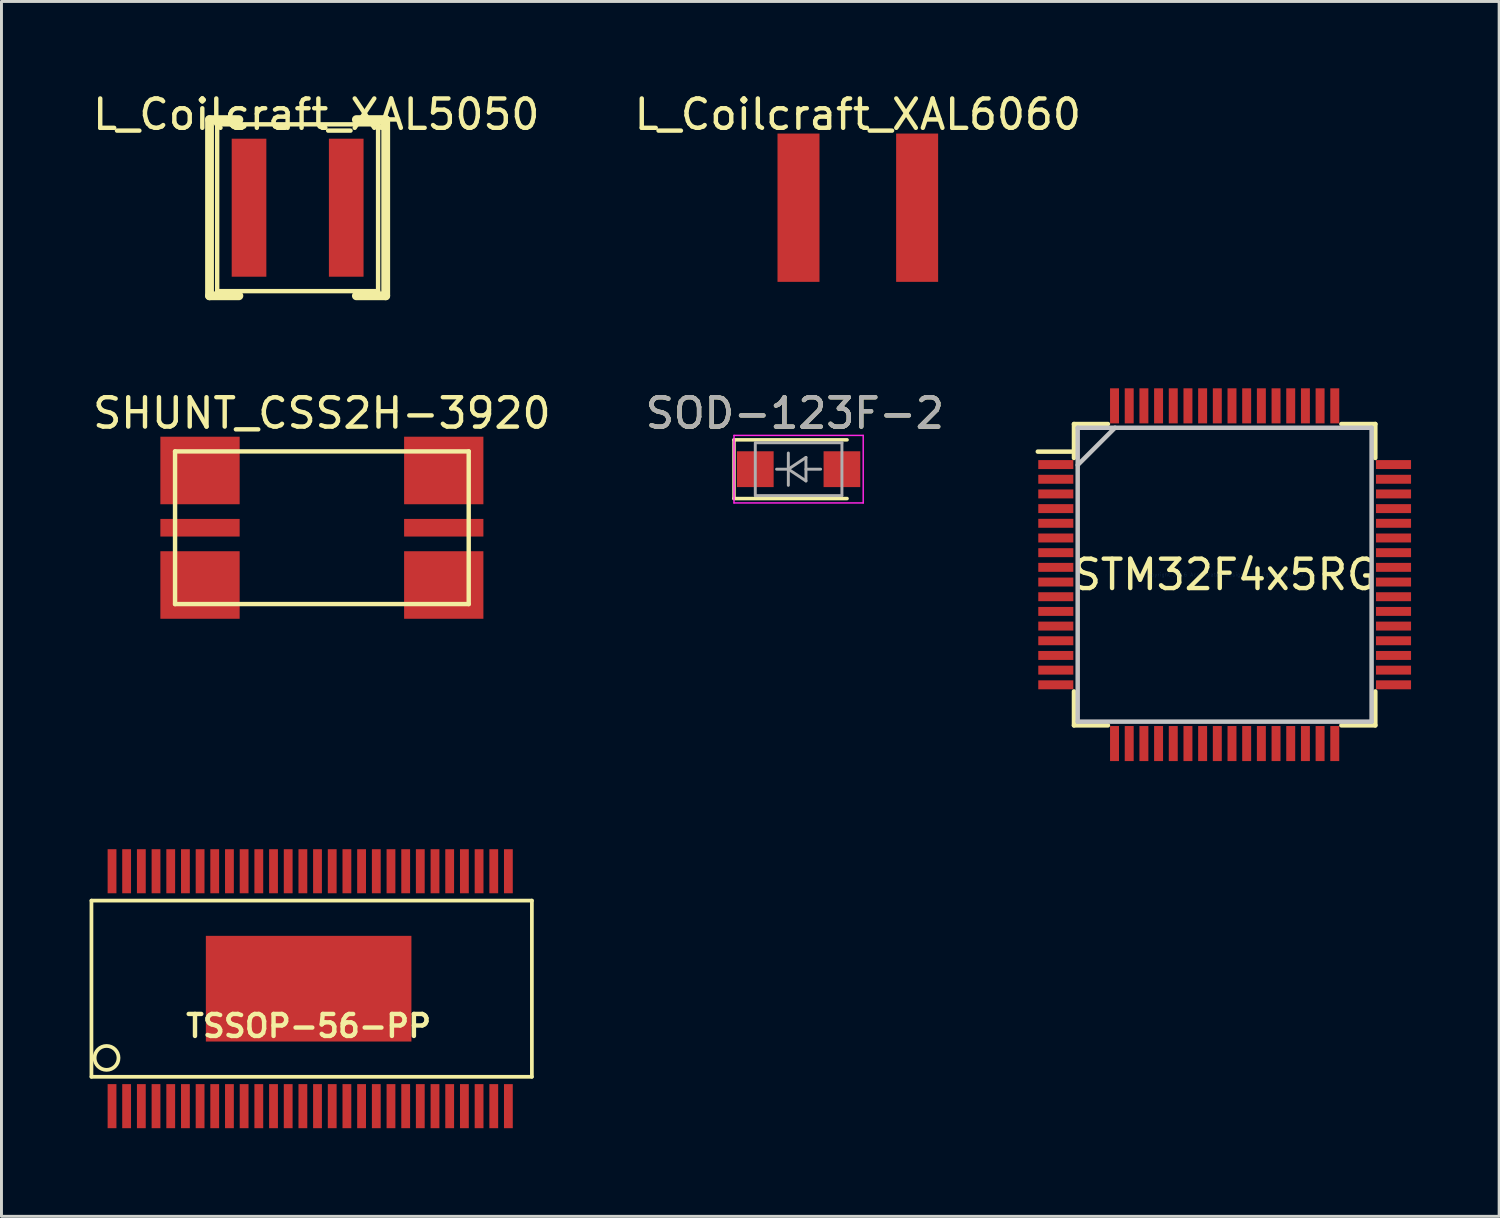
<source format=kicad_pcb>
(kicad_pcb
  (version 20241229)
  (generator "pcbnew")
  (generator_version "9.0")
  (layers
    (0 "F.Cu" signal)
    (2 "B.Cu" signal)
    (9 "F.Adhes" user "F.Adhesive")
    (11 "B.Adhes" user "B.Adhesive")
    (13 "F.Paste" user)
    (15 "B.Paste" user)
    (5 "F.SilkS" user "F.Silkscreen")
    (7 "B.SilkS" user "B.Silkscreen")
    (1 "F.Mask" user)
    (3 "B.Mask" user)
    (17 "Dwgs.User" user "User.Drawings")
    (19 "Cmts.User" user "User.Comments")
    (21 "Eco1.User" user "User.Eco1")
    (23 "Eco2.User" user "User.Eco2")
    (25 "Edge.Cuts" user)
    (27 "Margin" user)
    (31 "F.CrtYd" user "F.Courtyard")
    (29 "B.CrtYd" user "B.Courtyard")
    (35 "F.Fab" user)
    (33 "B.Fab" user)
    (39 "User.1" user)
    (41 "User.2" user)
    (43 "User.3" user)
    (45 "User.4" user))
  (footprint "TSSOP-56-PP"
    (layer "F.Cu")
    (at 7.46 30.618)
    (property "Reference" "TSSOP-56-PP" (at 0 1.27 0) (layer "F.SilkS") (effects (font (size 0.749 0.749) (thickness 0.15))))
    (attr smd)
    (fp_line (start -7.396 3) (end -7.396 -3) (stroke (width 0.127) (type solid)) (layer "F.SilkS"))
    (fp_line (start -7.396 3) (end 7.602 3) (stroke (width 0.127) (type solid)) (layer "F.SilkS"))
    (fp_line (start 7.602 -3) (end -7.396 -3) (stroke (width 0.127) (type solid)) (layer "F.SilkS"))
    (fp_line (start 7.602 -3) (end 7.602 3) (stroke (width 0.127) (type solid)) (layer "F.SilkS"))
    (fp_circle (center -6.881 2.357) (end -7.135 2.675) (stroke (width 0.127) (type solid)) (fill no) (layer "F.SilkS"))
    (pad "1" smd rect (at -6.695 4) (size 0.3 1.501) (layers "F.Cu" "F.Mask" "F.Paste"))
    (pad "2" smd rect (at -6.198 4) (size 0.3 1.501) (layers "F.Cu" "F.Mask" "F.Paste"))
    (pad "3" smd rect (at -5.697 4) (size 0.3 1.501) (layers "F.Cu" "F.Mask" "F.Paste"))
    (pad "4" smd rect (at -5.197 4) (size 0.3 1.501) (layers "F.Cu" "F.Mask" "F.Paste"))
    (pad "5" smd rect (at -4.696 4) (size 0.3 1.501) (layers "F.Cu" "F.Mask" "F.Paste"))
    (pad "6" smd rect (at -4.196 4) (size 0.3 1.501) (layers "F.Cu" "F.Mask" "F.Paste"))
    (pad "7" smd rect (at -3.696 4) (size 0.3 1.501) (layers "F.Cu" "F.Mask" "F.Paste"))
    (pad "8" smd rect (at -3.198 4) (size 0.3 1.501) (layers "F.Cu" "F.Mask" "F.Paste"))
    (pad "9" smd rect (at -2.697 4) (size 0.3 1.501) (layers "F.Cu" "F.Mask" "F.Paste"))
    (pad "10" smd rect (at -2.197 4) (size 0.3 1.501) (layers "F.Cu" "F.Mask" "F.Paste"))
    (pad "11" smd rect (at -1.697 4) (size 0.3 1.501) (layers "F.Cu" "F.Mask" "F.Paste"))
    (pad "12" smd rect (at -1.196 4) (size 0.3 1.501) (layers "F.Cu" "F.Mask" "F.Paste"))
    (pad "13" smd rect (at -0.696 4) (size 0.3 1.501) (layers "F.Cu" "F.Mask" "F.Paste"))
    (pad "14" smd rect (at -0.196 4) (size 0.3 1.501) (layers "F.Cu" "F.Mask" "F.Paste"))
    (pad "15" smd rect (at 0.302 4) (size 0.3 1.501) (layers "F.Cu" "F.Mask" "F.Paste"))
    (pad "16" smd rect (at 0.803 4) (size 0.3 1.501) (layers "F.Cu" "F.Mask" "F.Paste"))
    (pad "17" smd rect (at 1.303 4) (size 0.3 1.501) (layers "F.Cu" "F.Mask" "F.Paste"))
    (pad "18" smd rect (at 1.803 4) (size 0.3 1.501) (layers "F.Cu" "F.Mask" "F.Paste"))
    (pad "19" smd rect (at 2.304 4) (size 0.3 1.501) (layers "F.Cu" "F.Mask" "F.Paste"))
    (pad "20" smd rect (at 2.804 4) (size 0.3 1.501) (layers "F.Cu" "F.Mask" "F.Paste"))
    (pad "21" smd rect (at 3.305 4) (size 0.3 1.501) (layers "F.Cu" "F.Mask" "F.Paste"))
    (pad "22" smd rect (at 3.802 4) (size 0.3 1.501) (layers "F.Cu" "F.Mask" "F.Paste"))
    (pad "23" smd rect (at 4.303 4) (size 0.3 1.501) (layers "F.Cu" "F.Mask" "F.Paste"))
    (pad "24" smd rect (at 4.803 4) (size 0.3 1.501) (layers "F.Cu" "F.Mask" "F.Paste"))
    (pad "25" smd rect (at 5.304 4) (size 0.3 1.501) (layers "F.Cu" "F.Mask" "F.Paste"))
    (pad "26" smd rect (at 5.804 4) (size 0.3 1.501) (layers "F.Cu" "F.Mask" "F.Paste"))
    (pad "27" smd rect (at 6.304 4) (size 0.3 1.501) (layers "F.Cu" "F.Mask" "F.Paste"))
    (pad "28" smd rect (at 6.802 4) (size 0.3 1.501) (layers "F.Cu" "F.Mask" "F.Paste"))
    (pad "29" smd rect (at 6.802 -4) (size 0.3 1.501) (layers "F.Cu" "F.Mask" "F.Paste"))
    (pad "30" smd rect (at 6.304 -4) (size 0.3 1.501) (layers "F.Cu" "F.Mask" "F.Paste"))
    (pad "31" smd rect (at 5.804 -4) (size 0.3 1.501) (layers "F.Cu" "F.Mask" "F.Paste"))
    (pad "32" smd rect (at 5.304 -4) (size 0.3 1.501) (layers "F.Cu" "F.Mask" "F.Paste"))
    (pad "33" smd rect (at 4.803 -4) (size 0.3 1.501) (layers "F.Cu" "F.Mask" "F.Paste"))
    (pad "34" smd rect (at 4.303 -4) (size 0.3 1.501) (layers "F.Cu" "F.Mask" "F.Paste"))
    (pad "35" smd rect (at 3.802 -4) (size 0.3 1.501) (layers "F.Cu" "F.Mask" "F.Paste"))
    (pad "36" smd rect (at 3.305 -4) (size 0.3 1.501) (layers "F.Cu" "F.Mask" "F.Paste"))
    (pad "37" smd rect (at 2.804 -4) (size 0.3 1.501) (layers "F.Cu" "F.Mask" "F.Paste"))
    (pad "38" smd rect (at 2.304 -4) (size 0.3 1.501) (layers "F.Cu" "F.Mask" "F.Paste"))
    (pad "39" smd rect (at 1.803 -4) (size 0.3 1.501) (layers "F.Cu" "F.Mask" "F.Paste"))
    (pad "40" smd rect (at 1.303 -4) (size 0.3 1.501) (layers "F.Cu" "F.Mask" "F.Paste"))
    (pad "41" smd rect (at 0.803 -4) (size 0.3 1.501) (layers "F.Cu" "F.Mask" "F.Paste"))
    (pad "42" smd rect (at 0.302 -4) (size 0.3 1.501) (layers "F.Cu" "F.Mask" "F.Paste"))
    (pad "43" smd rect (at -0.196 -4) (size 0.3 1.501) (layers "F.Cu" "F.Mask" "F.Paste"))
    (pad "44" smd rect (at -0.696 -4) (size 0.3 1.501) (layers "F.Cu" "F.Mask" "F.Paste"))
    (pad "45" smd rect (at -1.196 -4) (size 0.3 1.501) (layers "F.Cu" "F.Mask" "F.Paste"))
    (pad "46" smd rect (at -1.697 -4) (size 0.3 1.501) (layers "F.Cu" "F.Mask" "F.Paste"))
    (pad "47" smd rect (at -2.197 -4) (size 0.3 1.501) (layers "F.Cu" "F.Mask" "F.Paste"))
    (pad "48" smd rect (at -2.697 -4) (size 0.3 1.501) (layers "F.Cu" "F.Mask" "F.Paste"))
    (pad "49" smd rect (at -3.198 -4) (size 0.3 1.501) (layers "F.Cu" "F.Mask" "F.Paste"))
    (pad "50" smd rect (at -3.696 -4) (size 0.3 1.501) (layers "F.Cu" "F.Mask" "F.Paste"))
    (pad "51" smd rect (at -4.196 -4) (size 0.3 1.501) (layers "F.Cu" "F.Mask" "F.Paste"))
    (pad "52" smd rect (at -4.696 -4) (size 0.3 1.501) (layers "F.Cu" "F.Mask" "F.Paste"))
    (pad "53" smd rect (at -5.197 -4) (size 0.3 1.501) (layers "F.Cu" "F.Mask" "F.Paste"))
    (pad "54" smd rect (at -5.697 -4) (size 0.3 1.501) (layers "F.Cu" "F.Mask" "F.Paste"))
    (pad "55" smd rect (at -6.198 -4) (size 0.3 1.501) (layers "F.Cu" "F.Mask" "F.Paste"))
    (pad "56" smd rect (at -6.695 -4) (size 0.3 1.501) (layers "F.Cu" "F.Mask" "F.Paste"))
    (pad "57" smd rect (at 0 0) (size 7 3.599) (layers "F.Cu" "F.Mask" "F.Paste")))
  (footprint "SHUNT_CSS2H-3920"
    (layer "F.Cu")
    (at 7.911 14.921)
    (property "Reference" "SHUNT_CSS2H-3920" (at 0 -3.9 0) (layer "F.SilkS") (effects (font (size 1 1) (thickness 0.15))))
    (attr through_hole)
    (fp_line (start -5 -2.6) (end 5 -2.6) (stroke (width 0.15) (type solid)) (layer "F.SilkS"))
    (fp_line (start -5 2.6) (end -5 -2.6) (stroke (width 0.15) (type solid)) (layer "F.SilkS"))
    (fp_line (start 5 -2.6) (end 5 2.6) (stroke (width 0.15) (type solid)) (layer "F.SilkS"))
    (fp_line (start 5 2.6) (end -5 2.6) (stroke (width 0.15) (type solid)) (layer "F.SilkS"))
    (pad "1" smd rect (at -4.15 -1.95) (size 2.7 2.3) (layers "F.Cu" "F.Mask" "F.Paste"))
    (pad "1" smd rect (at -4.15 1.95) (size 2.7 2.3) (layers "F.Cu" "F.Mask" "F.Paste"))
    (pad "2" smd rect (at 4.15 -1.95) (size 2.7 2.3) (layers "F.Cu" "F.Mask" "F.Paste"))
    (pad "2" smd rect (at 4.15 1.95) (size 2.7 2.3) (layers "F.Cu" "F.Mask" "F.Paste"))
    (pad "3" smd rect (at -4.15 0) (size 2.7 0.6) (layers "F.Cu" "F.Mask" "F.Paste"))
    (pad "4" smd rect (at 4.15 0) (size 2.7 0.6) (layers "F.Cu" "F.Mask" "F.Paste")))
  (footprint "STM32F4x5RG"
    (layer "F.Cu")
    (at 38.653 16.52)
    (property "Reference" "STM32F4x5RG" (at 0 0 0) (layer "F.SilkS") (effects (font (size 1 1) (thickness 0.15))))
    (attr smd)
    (fp_line (start -5.207 -4.191) (end -6.363 -4.191) (stroke (width 0.152) (type solid)) (layer "F.SilkS"))
    (fp_line (start -5.131 -5.131) (end -5.131 -3.975) (stroke (width 0.152) (type solid)) (layer "F.SilkS"))
    (fp_line (start -5.131 3.975) (end -5.131 5.131) (stroke (width 0.152) (type solid)) (layer "F.SilkS"))
    (fp_line (start -5.131 5.131) (end -3.975 5.131) (stroke (width 0.152) (type solid)) (layer "F.SilkS"))
    (fp_line (start -3.975 -5.131) (end -5.131 -5.131) (stroke (width 0.152) (type solid)) (layer "F.SilkS"))
    (fp_line (start 3.975 5.131) (end 5.131 5.131) (stroke (width 0.152) (type solid)) (layer "F.SilkS"))
    (fp_line (start 5.131 -5.131) (end 3.975 -5.131) (stroke (width 0.152) (type solid)) (layer "F.SilkS"))
    (fp_line (start 5.131 -3.975) (end 5.131 -5.131) (stroke (width 0.152) (type solid)) (layer "F.SilkS"))
    (fp_line (start 5.131 5.131) (end 5.131 3.975) (stroke (width 0.152) (type solid)) (layer "F.SilkS"))
    (fp_line (start -5.004 -5.004) (end -5.004 5.004) (stroke (width 0.152) (type solid)) (layer "Dwgs.User"))
    (fp_line (start -5.004 -3.734) (end -3.734 -5.004) (stroke (width 0.152) (type solid)) (layer "Dwgs.User"))
    (fp_line (start -5.004 5.004) (end 5.004 5.004) (stroke (width 0.152) (type solid)) (layer "Dwgs.User"))
    (fp_line (start 5.004 -5.004) (end -5.004 -5.004) (stroke (width 0.152) (type solid)) (layer "Dwgs.User"))
    (fp_line (start 5.004 5.004) (end 5.004 -5.004) (stroke (width 0.152) (type solid)) (layer "Dwgs.User"))
    (fp_text user "Copyright 2016 Accelerated Designs. All rights reserved." (at 0 0 0) (layer "Cmts.User") (effects (font (size 0.127 0.127) (thickness 0.002))))
    (pad "1" smd rect (at -5.75 -3.75) (size 1.194 0.305) (layers "F.Cu" "F.Mask" "F.Paste"))
    (pad "2" smd rect (at -5.75 -3.25) (size 1.194 0.305) (layers "F.Cu" "F.Mask" "F.Paste"))
    (pad "3" smd rect (at -5.75 -2.75) (size 1.194 0.305) (layers "F.Cu" "F.Mask" "F.Paste"))
    (pad "4" smd rect (at -5.75 -2.25) (size 1.194 0.305) (layers "F.Cu" "F.Mask" "F.Paste"))
    (pad "5" smd rect (at -5.75 -1.75) (size 1.194 0.305) (layers "F.Cu" "F.Mask" "F.Paste"))
    (pad "6" smd rect (at -5.75 -1.25) (size 1.194 0.305) (layers "F.Cu" "F.Mask" "F.Paste"))
    (pad "7" smd rect (at -5.75 -0.75) (size 1.194 0.305) (layers "F.Cu" "F.Mask" "F.Paste"))
    (pad "8" smd rect (at -5.75 -0.25) (size 1.194 0.305) (layers "F.Cu" "F.Mask" "F.Paste"))
    (pad "9" smd rect (at -5.75 0.25) (size 1.194 0.305) (layers "F.Cu" "F.Mask" "F.Paste"))
    (pad "10" smd rect (at -5.75 0.75) (size 1.194 0.305) (layers "F.Cu" "F.Mask" "F.Paste"))
    (pad "11" smd rect (at -5.75 1.25) (size 1.194 0.305) (layers "F.Cu" "F.Mask" "F.Paste"))
    (pad "12" smd rect (at -5.75 1.75) (size 1.194 0.305) (layers "F.Cu" "F.Mask" "F.Paste"))
    (pad "13" smd rect (at -5.75 2.25) (size 1.194 0.305) (layers "F.Cu" "F.Mask" "F.Paste"))
    (pad "14" smd rect (at -5.75 2.75) (size 1.194 0.305) (layers "F.Cu" "F.Mask" "F.Paste"))
    (pad "15" smd rect (at -5.75 3.25) (size 1.194 0.305) (layers "F.Cu" "F.Mask" "F.Paste"))
    (pad "16" smd rect (at -5.75 3.75) (size 1.194 0.305) (layers "F.Cu" "F.Mask" "F.Paste"))
    (pad "17" smd rect (at -3.75 5.75 90) (size 1.194 0.305) (layers "F.Cu" "F.Mask" "F.Paste"))
    (pad "18" smd rect (at -3.25 5.75 90) (size 1.194 0.305) (layers "F.Cu" "F.Mask" "F.Paste"))
    (pad "19" smd rect (at -2.75 5.75 90) (size 1.194 0.305) (layers "F.Cu" "F.Mask" "F.Paste"))
    (pad "20" smd rect (at -2.25 5.75 90) (size 1.194 0.305) (layers "F.Cu" "F.Mask" "F.Paste"))
    (pad "21" smd rect (at -1.75 5.75 90) (size 1.194 0.305) (layers "F.Cu" "F.Mask" "F.Paste"))
    (pad "22" smd rect (at -1.25 5.75 90) (size 1.194 0.305) (layers "F.Cu" "F.Mask" "F.Paste"))
    (pad "23" smd rect (at -0.75 5.75 90) (size 1.194 0.305) (layers "F.Cu" "F.Mask" "F.Paste"))
    (pad "24" smd rect (at -0.25 5.75 90) (size 1.194 0.305) (layers "F.Cu" "F.Mask" "F.Paste"))
    (pad "25" smd rect (at 0.25 5.75 90) (size 1.194 0.305) (layers "F.Cu" "F.Mask" "F.Paste"))
    (pad "26" smd rect (at 0.75 5.75 90) (size 1.194 0.305) (layers "F.Cu" "F.Mask" "F.Paste"))
    (pad "27" smd rect (at 1.25 5.75 90) (size 1.194 0.305) (layers "F.Cu" "F.Mask" "F.Paste"))
    (pad "28" smd rect (at 1.75 5.75 90) (size 1.194 0.305) (layers "F.Cu" "F.Mask" "F.Paste"))
    (pad "29" smd rect (at 2.25 5.75 90) (size 1.194 0.305) (layers "F.Cu" "F.Mask" "F.Paste"))
    (pad "30" smd rect (at 2.75 5.75 90) (size 1.194 0.305) (layers "F.Cu" "F.Mask" "F.Paste"))
    (pad "31" smd rect (at 3.25 5.75 90) (size 1.194 0.305) (layers "F.Cu" "F.Mask" "F.Paste"))
    (pad "32" smd rect (at 3.75 5.75 90) (size 1.194 0.305) (layers "F.Cu" "F.Mask" "F.Paste"))
    (pad "33" smd rect (at 5.75 3.75) (size 1.194 0.305) (layers "F.Cu" "F.Mask" "F.Paste"))
    (pad "34" smd rect (at 5.75 3.25) (size 1.194 0.305) (layers "F.Cu" "F.Mask" "F.Paste"))
    (pad "35" smd rect (at 5.75 2.75) (size 1.194 0.305) (layers "F.Cu" "F.Mask" "F.Paste"))
    (pad "36" smd rect (at 5.75 2.25) (size 1.194 0.305) (layers "F.Cu" "F.Mask" "F.Paste"))
    (pad "37" smd rect (at 5.75 1.75) (size 1.194 0.305) (layers "F.Cu" "F.Mask" "F.Paste"))
    (pad "38" smd rect (at 5.75 1.25) (size 1.194 0.305) (layers "F.Cu" "F.Mask" "F.Paste"))
    (pad "39" smd rect (at 5.75 0.75) (size 1.194 0.305) (layers "F.Cu" "F.Mask" "F.Paste"))
    (pad "40" smd rect (at 5.75 0.25) (size 1.194 0.305) (layers "F.Cu" "F.Mask" "F.Paste"))
    (pad "41" smd rect (at 5.75 -0.25) (size 1.194 0.305) (layers "F.Cu" "F.Mask" "F.Paste"))
    (pad "42" smd rect (at 5.75 -0.75) (size 1.194 0.305) (layers "F.Cu" "F.Mask" "F.Paste"))
    (pad "43" smd rect (at 5.75 -1.25) (size 1.194 0.305) (layers "F.Cu" "F.Mask" "F.Paste"))
    (pad "44" smd rect (at 5.75 -1.75) (size 1.194 0.305) (layers "F.Cu" "F.Mask" "F.Paste"))
    (pad "45" smd rect (at 5.75 -2.25) (size 1.194 0.305) (layers "F.Cu" "F.Mask" "F.Paste"))
    (pad "46" smd rect (at 5.75 -2.75) (size 1.194 0.305) (layers "F.Cu" "F.Mask" "F.Paste"))
    (pad "47" smd rect (at 5.75 -3.25) (size 1.194 0.305) (layers "F.Cu" "F.Mask" "F.Paste"))
    (pad "48" smd rect (at 5.75 -3.75) (size 1.194 0.305) (layers "F.Cu" "F.Mask" "F.Paste"))
    (pad "49" smd rect (at 3.75 -5.75 90) (size 1.194 0.305) (layers "F.Cu" "F.Mask" "F.Paste"))
    (pad "50" smd rect (at 3.25 -5.75 90) (size 1.194 0.305) (layers "F.Cu" "F.Mask" "F.Paste"))
    (pad "51" smd rect (at 2.75 -5.75 90) (size 1.194 0.305) (layers "F.Cu" "F.Mask" "F.Paste"))
    (pad "52" smd rect (at 2.25 -5.75 90) (size 1.194 0.305) (layers "F.Cu" "F.Mask" "F.Paste"))
    (pad "53" smd rect (at 1.75 -5.75 90) (size 1.194 0.305) (layers "F.Cu" "F.Mask" "F.Paste"))
    (pad "54" smd rect (at 1.25 -5.75 90) (size 1.194 0.305) (layers "F.Cu" "F.Mask" "F.Paste"))
    (pad "55" smd rect (at 0.75 -5.75 90) (size 1.194 0.305) (layers "F.Cu" "F.Mask" "F.Paste"))
    (pad "56" smd rect (at 0.25 -5.75 90) (size 1.194 0.305) (layers "F.Cu" "F.Mask" "F.Paste"))
    (pad "57" smd rect (at -0.25 -5.75 90) (size 1.194 0.305) (layers "F.Cu" "F.Mask" "F.Paste"))
    (pad "58" smd rect (at -0.75 -5.75 90) (size 1.194 0.305) (layers "F.Cu" "F.Mask" "F.Paste"))
    (pad "59" smd rect (at -1.25 -5.75 90) (size 1.194 0.305) (layers "F.Cu" "F.Mask" "F.Paste"))
    (pad "60" smd rect (at -1.75 -5.75 90) (size 1.194 0.305) (layers "F.Cu" "F.Mask" "F.Paste"))
    (pad "61" smd rect (at -2.25 -5.75 90) (size 1.194 0.305) (layers "F.Cu" "F.Mask" "F.Paste"))
    (pad "62" smd rect (at -2.75 -5.75 90) (size 1.194 0.305) (layers "F.Cu" "F.Mask" "F.Paste"))
    (pad "63" smd rect (at -3.25 -5.75 90) (size 1.194 0.305) (layers "F.Cu" "F.Mask" "F.Paste"))
    (pad "64" smd rect (at -3.75 -5.75 90) (size 1.194 0.305) (layers "F.Cu" "F.Mask" "F.Paste")))
  (footprint "L_Coilcraft_XAL6060"
    (layer "F.Cu")
    (at 26.161 4.023)
    (property "Reference" "L_Coilcraft_XAL6060" (at 0 -3.175 0) (layer "F.SilkS") (effects (font (size 1 1) (thickness 0.15))))
    (attr through_hole)
    (pad "1" smd rect (at -2.02 0) (size 1.43 5.05) (layers "F.Cu" "F.Mask" "F.Paste"))
    (pad "2" smd rect (at 2.02 0) (size 1.43 5.05) (layers "F.Cu" "F.Mask" "F.Paste")))
  (footprint "SOD-123F-2"
    (layer "F.Cu")
    (at 24.145 12.927)
    (property "Reference" "SOD-123F-2" (at -0.127 -1.905 0) (layer "F.SilkS") (effects (font (size 1 1) (thickness 0.15))))
    (attr smd)
    (fp_line (start -2.2 -1) (end -2.2 1) (stroke (width 0.12) (type solid)) (layer "F.SilkS"))
    (fp_line (start -2.2 -1) (end 1.65 -1) (stroke (width 0.12) (type solid)) (layer "F.SilkS"))
    (fp_line (start -2.2 1) (end 1.65 1) (stroke (width 0.12) (type solid)) (layer "F.SilkS"))
    (fp_line (start -2.2 -1.15) (end -2.2 1.15) (stroke (width 0.05) (type solid)) (layer "F.CrtYd"))
    (fp_line (start -2.2 -1.15) (end 2.2 -1.15) (stroke (width 0.05) (type solid)) (layer "F.CrtYd"))
    (fp_line (start 2.2 -1.15) (end 2.2 1.15) (stroke (width 0.05) (type solid)) (layer "F.CrtYd"))
    (fp_line (start 2.2 1.15) (end -2.2 1.15) (stroke (width 0.05) (type solid)) (layer "F.CrtYd"))
    (fp_line (start -1.475 0.9) (end -1.475 -0.9) (stroke (width 0.1) (type solid)) (layer "F.Fab"))
    (fp_line (start -1.47 -0.9) (end 1.475 -0.9) (stroke (width 0.1) (type solid)) (layer "F.Fab"))
    (fp_line (start -0.75 0) (end -0.35 0) (stroke (width 0.1) (type solid)) (layer "F.Fab"))
    (fp_line (start -0.35 0) (end -0.35 -0.55) (stroke (width 0.1) (type solid)) (layer "F.Fab"))
    (fp_line (start -0.35 0) (end -0.35 0.55) (stroke (width 0.1) (type solid)) (layer "F.Fab"))
    (fp_line (start -0.35 0) (end 0.25 -0.4) (stroke (width 0.1) (type solid)) (layer "F.Fab"))
    (fp_line (start 0.25 -0.4) (end 0.25 0.4) (stroke (width 0.1) (type solid)) (layer "F.Fab"))
    (fp_line (start 0.25 0) (end 0.75 0) (stroke (width 0.1) (type solid)) (layer "F.Fab"))
    (fp_line (start 0.25 0.4) (end -0.35 0) (stroke (width 0.1) (type solid)) (layer "F.Fab"))
    (fp_line (start 1.47 0.9) (end -1.47 0.9) (stroke (width 0.1) (type solid)) (layer "F.Fab"))
    (fp_line (start 1.475 -0.9) (end 1.475 0.9) (stroke (width 0.1) (type solid)) (layer "F.Fab"))
    (fp_text user "${REFERENCE}" (at -0.127 -1.905 0) (layer "F.Fab") (effects (font (size 1 1) (thickness 0.15))))
    (pad "1" smd rect (at -1.475 0) (size 1.25 1.22) (layers "F.Cu" "F.Mask" "F.Paste"))
    (pad "2" smd rect (at 1.475 0) (size 1.25 1.22) (layers "F.Cu" "F.Mask" "F.Paste")))
  (footprint "L_Coilcraft_XAL5050"
    (layer "F.Cu")
    (at 7.085 4.023)
    (property "Reference" "L_Coilcraft_XAL5050" (at 0.635 -3.175 0) (layer "F.SilkS") (effects (font (size 1 1) (thickness 0.15))))
    (attr smd)
    (fp_line (start -3 -3) (end -3 3) (stroke (width 0.3) (type solid)) (layer "F.SilkS"))
    (fp_line (start -3 -3) (end -2 -3) (stroke (width 0.3) (type solid)) (layer "F.SilkS"))
    (fp_line (start -3 3) (end -2 3) (stroke (width 0.3) (type solid)) (layer "F.SilkS"))
    (fp_line (start -2.74 -2.84) (end 2.74 -2.84) (stroke (width 0.15) (type solid)) (layer "F.SilkS"))
    (fp_line (start -2.74 2.84) (end -2.74 -2.84) (stroke (width 0.15) (type solid)) (layer "F.SilkS"))
    (fp_line (start 2.74 -2.84) (end 2.74 2.84) (stroke (width 0.15) (type solid)) (layer "F.SilkS"))
    (fp_line (start 2.74 2.84) (end -2.74 2.84) (stroke (width 0.15) (type solid)) (layer "F.SilkS"))
    (fp_line (start 3 -3) (end 2 -3) (stroke (width 0.3) (type solid)) (layer "F.SilkS"))
    (fp_line (start 3 3) (end 2 3) (stroke (width 0.3) (type solid)) (layer "F.SilkS"))
    (fp_line (start 3 3) (end 3 -3) (stroke (width 0.3) (type solid)) (layer "F.SilkS"))
    (pad "1" smd rect (at -1.655 0) (size 1.18 4.7) (layers "F.Cu" "F.Mask" "F.Paste"))
    (pad "2" smd rect (at 1.655 0) (size 1.18 4.7) (layers "F.Cu" "F.Mask" "F.Paste")))
  (gr_rect
    (start -3 -3)
    (end 48 38.369)
    (stroke (width 0.1) (type default))
    (fill no)
    (layer "Edge.Cuts")))
</source>
